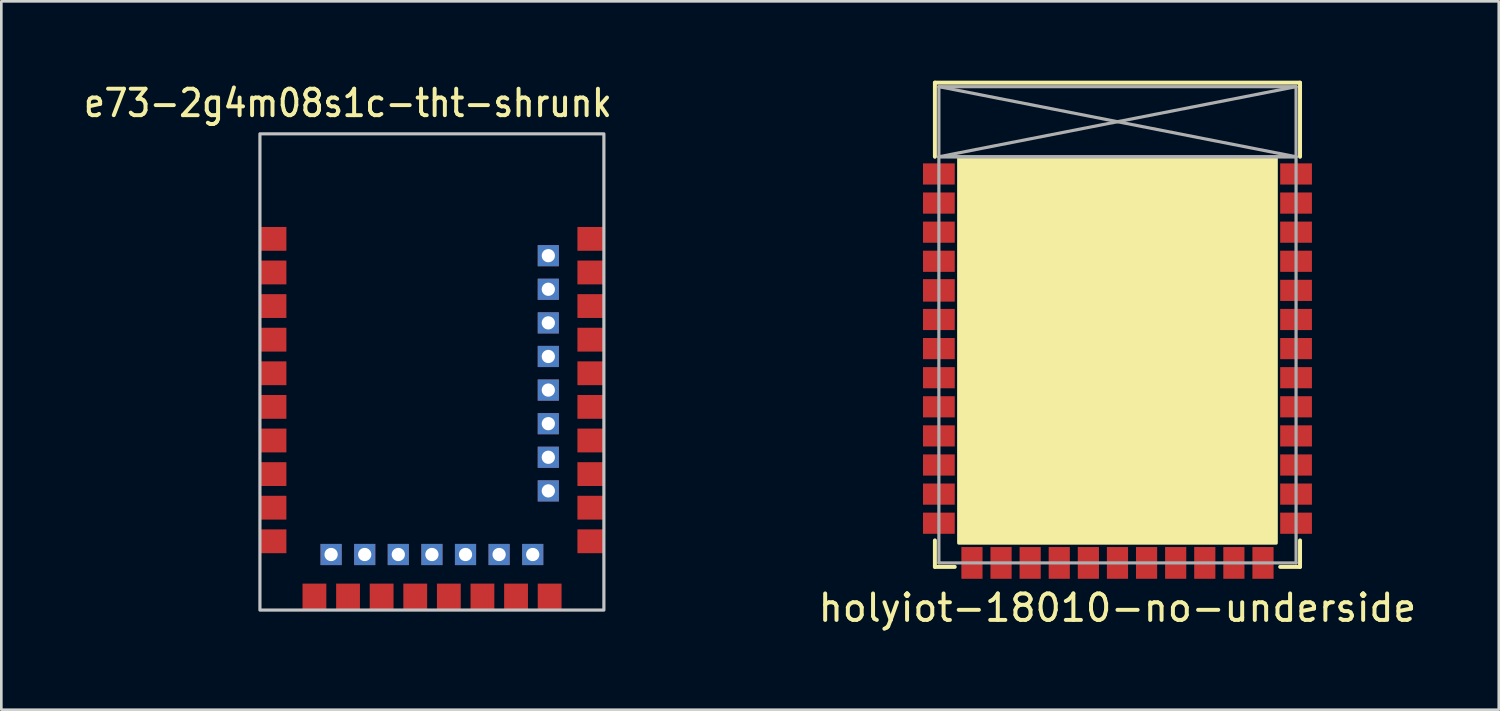
<source format=kicad_pcb>
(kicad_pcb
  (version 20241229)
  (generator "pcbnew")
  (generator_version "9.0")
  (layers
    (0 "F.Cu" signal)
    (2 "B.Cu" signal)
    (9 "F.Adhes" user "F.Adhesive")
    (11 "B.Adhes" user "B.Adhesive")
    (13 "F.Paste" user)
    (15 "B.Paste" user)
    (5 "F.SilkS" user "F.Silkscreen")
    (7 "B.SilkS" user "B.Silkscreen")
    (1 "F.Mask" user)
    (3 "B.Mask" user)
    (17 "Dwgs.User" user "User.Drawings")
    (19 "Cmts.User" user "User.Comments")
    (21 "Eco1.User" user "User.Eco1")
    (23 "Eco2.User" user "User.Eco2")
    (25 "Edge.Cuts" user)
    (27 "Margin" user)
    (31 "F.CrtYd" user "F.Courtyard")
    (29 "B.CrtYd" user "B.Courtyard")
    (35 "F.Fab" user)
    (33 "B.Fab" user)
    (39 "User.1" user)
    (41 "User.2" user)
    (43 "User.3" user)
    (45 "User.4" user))
  (footprint "holyiot-18010-no-underside"
    (layer "F.Cu")
    (at 39.185 9.225)
    (property "Reference" "holyiot-18010-no-underside" (at 0 10.7 0) (layer "F.SilkS") (effects (font (size 1 1) (thickness 0.15))))
    (attr smd exclude_from_pos_files)
    (fp_line (start -6.9 -9.15) (end 6.9 -9.15) (stroke (width 0.15) (type solid)) (layer "F.SilkS"))
    (fp_line (start -6.9 -6.35) (end -6.9 -9.15) (stroke (width 0.15) (type solid)) (layer "F.SilkS"))
    (fp_line (start -6.9 8.15) (end -6.9 9.15) (stroke (width 0.15) (type solid)) (layer "F.SilkS"))
    (fp_line (start -6.9 9.15) (end -6.15 9.15) (stroke (width 0.15) (type solid)) (layer "F.SilkS"))
    (fp_line (start 6.15 9.15) (end 6.9 9.15) (stroke (width 0.15) (type solid)) (layer "F.SilkS"))
    (fp_line (start 6.9 -9.15) (end 6.9 -6.35) (stroke (width 0.15) (type solid)) (layer "F.SilkS"))
    (fp_line (start 6.9 8.15) (end 6.9 9.15) (stroke (width 0.15) (type solid)) (layer "F.SilkS"))
    (fp_rect (start -6 -6.3) (end 6 8.25) (stroke (width 0.12) (type solid)) (fill yes) (layer "F.SilkS"))
    (fp_line (start -6.75 -9) (end -6.75 9) (stroke (width 0.12) (type solid)) (layer "F.Fab"))
    (fp_line (start -6.75 -9) (end 6.75 -9) (stroke (width 0.12) (type solid)) (layer "F.Fab"))
    (fp_line (start -6.75 -6.35) (end 6.75 -9) (stroke (width 0.12) (type solid)) (layer "F.Fab"))
    (fp_line (start -6.75 -6.35) (end 6.75 -6.35) (stroke (width 0.12) (type solid)) (layer "F.Fab"))
    (fp_line (start -6.75 -6.35) (end 6.75 -6.35) (stroke (width 0.12) (type solid)) (layer "F.Fab"))
    (fp_line (start -6.75 9) (end 6.75 9) (stroke (width 0.12) (type solid)) (layer "F.Fab"))
    (fp_line (start 6.75 -9) (end 6.75 9) (stroke (width 0.12) (type solid)) (layer "F.Fab"))
    (fp_line (start 6.75 -6.35) (end -6.75 -9) (stroke (width 0.12) (type solid)) (layer "F.Fab"))
    (pad "1" smd rect (at -6.75 -5.7) (size 1.2 0.8) (layers "F.Cu" "F.Mask" "F.Paste"))
    (pad "2" smd rect (at -6.75 -4.6) (size 1.2 0.8) (layers "F.Cu" "F.Mask" "F.Paste"))
    (pad "3" smd rect (at -6.75 -3.5) (size 1.2 0.8) (layers "F.Cu" "F.Mask" "F.Paste"))
    (pad "4" smd rect (at -6.75 -2.4) (size 1.2 0.8) (layers "F.Cu" "F.Mask" "F.Paste"))
    (pad "5" smd rect (at -6.75 -1.3) (size 1.2 0.85) (layers "F.Cu" "F.Mask" "F.Paste"))
    (pad "6" smd rect (at -6.75 -0.2) (size 1.2 0.8) (layers "F.Cu" "F.Mask" "F.Paste"))
    (pad "7" smd rect (at -6.75 0.9) (size 1.2 0.8) (layers "F.Cu" "F.Mask" "F.Paste"))
    (pad "8" smd rect (at -6.75 2) (size 1.2 0.8) (layers "F.Cu" "F.Mask" "F.Paste"))
    (pad "9" smd rect (at -6.75 3.1) (size 1.2 0.8) (layers "F.Cu" "F.Mask" "F.Paste"))
    (pad "10" smd rect (at -6.75 4.2) (size 1.2 0.8) (layers "F.Cu" "F.Mask" "F.Paste"))
    (pad "11" smd rect (at -6.75 5.3) (size 1.2 0.8) (layers "F.Cu" "F.Mask" "F.Paste"))
    (pad "12" smd rect (at -6.75 6.4) (size 1.2 0.8) (layers "F.Cu" "F.Mask" "F.Paste"))
    (pad "13" smd rect (at -6.75 7.5) (size 1.2 0.8) (layers "F.Cu" "F.Mask" "F.Paste"))
    (pad "32" smd rect (at 6.75 -5.7) (size 1.2 0.8) (layers "F.Cu" "F.Mask" "F.Paste"))
    (pad "33" smd rect (at 6.75 -4.6) (size 1.2 0.8) (layers "F.Cu" "F.Mask" "F.Paste"))
    (pad "34" smd rect (at 6.75 -3.5) (size 1.2 0.8) (layers "F.Cu" "F.Mask" "F.Paste"))
    (pad "35" smd rect (at 6.75 -2.4) (size 1.2 0.8) (layers "F.Cu" "F.Mask" "F.Paste"))
    (pad "36" smd rect (at 6.75 -1.3) (size 1.2 0.8) (layers "F.Cu" "F.Mask" "F.Paste"))
    (pad "37" smd rect (at 6.75 -0.2) (size 1.2 0.8) (layers "F.Cu" "F.Mask" "F.Paste"))
    (pad "38" smd rect (at 6.75 0.9) (size 1.2 0.8) (layers "F.Cu" "F.Mask" "F.Paste"))
    (pad "39" smd rect (at 6.75 2) (size 1.2 0.8) (layers "F.Cu" "F.Mask" "F.Paste"))
    (pad "40" smd rect (at 6.75 3.1) (size 1.2 0.8) (layers "F.Cu" "F.Mask" "F.Paste"))
    (pad "41" smd rect (at 6.75 4.2) (size 1.2 0.8) (layers "F.Cu" "F.Mask" "F.Paste"))
    (pad "42" smd rect (at 6.75 5.3) (size 1.2 0.8) (layers "F.Cu" "F.Mask" "F.Paste"))
    (pad "43" smd rect (at 6.75 6.4) (size 1.2 0.8) (layers "F.Cu" "F.Mask" "F.Paste"))
    (pad "44" smd rect (at 6.75 7.5) (size 1.2 0.8) (layers "F.Cu" "F.Mask" "F.Paste"))
    (pad "45" smd rect (at 5.5 9 90) (size 1.2 0.8) (layers "F.Cu" "F.Mask" "F.Paste"))
    (pad "46" smd rect (at 4.4 9 90) (size 1.2 0.8) (layers "F.Cu" "F.Mask" "F.Paste"))
    (pad "47" smd rect (at 3.3 9 90) (size 1.2 0.8) (layers "F.Cu" "F.Mask" "F.Paste"))
    (pad "48" smd rect (at 2.2 9 90) (size 1.2 0.8) (layers "F.Cu" "F.Mask" "F.Paste"))
    (pad "49" smd rect (at 1.1 9 90) (size 1.2 0.8) (layers "F.Cu" "F.Mask" "F.Paste"))
    (pad "50" smd rect (at 0 9 90) (size 1.2 0.8) (layers "F.Cu" "F.Mask" "F.Paste"))
    (pad "51" smd rect (at -1.1 9 90) (size 1.2 0.8) (layers "F.Cu" "F.Mask" "F.Paste"))
    (pad "52" smd rect (at -2.2 9 90) (size 1.2 0.8) (layers "F.Cu" "F.Mask" "F.Paste"))
    (pad "53" smd rect (at -3.3 9 90) (size 1.2 0.8) (layers "F.Cu" "F.Mask" "F.Paste"))
    (pad "54" smd rect (at -4.4 9 90) (size 1.2 0.8) (layers "F.Cu" "F.Mask" "F.Paste"))
    (pad "55" smd rect (at -5.5 9 90) (size 1.2 0.8) (layers "F.Cu" "F.Mask" "F.Paste"))
    (zone (net_name "") (layer "F.Cu") (hatch edge 0.508) (connect_pads) (min_thickness 0.254) (filled_areas_thickness no) (keepout (tracks allowed) (vias not_allowed) (pads not_allowed) (copperpour allowed) (footprints not_allowed)) (placement (enabled no)) (fill) (polygon (pts (xy 35.635 15.125) (xy 34.235 15.125) (xy 34.235 5.125) (xy 35.635 5.125))))
    (zone (net_name "") (layer "F.Cu") (hatch edge 0.508) (connect_pads) (min_thickness 0.254) (filled_areas_thickness no) (keepout (tracks allowed) (vias not_allowed) (pads not_allowed) (copperpour allowed) (footprints not_allowed)) (placement (enabled no)) (fill) (polygon (pts (xy 44.135 15.125) (xy 42.735 15.125) (xy 42.735 5.125) (xy 44.135 5.125)))))
  (footprint "e73-2g4m08s1c-tht-shrunk"
    (layer "F.Cu")
    (at 13.274 11.008)
    (property "Reference" "e73-2g4m08s1c-tht-shrunk" (at -3.175 -10.16 0) (layer "F.SilkS") (effects (font (size 1 0.9) (thickness 0.15))))
    (attr smd)
    (fp_rect (start -6.5 -9) (end 6.5 9) (stroke (width 0.12) (type default)) (fill no) (layer "Dwgs.User"))
    (pad "1" smd rect (at -6 -5.03) (size 1 0.9) (layers "F.Cu" "F.Mask" "F.Paste"))
    (pad "2" smd rect (at -6 -3.76) (size 1 0.9) (layers "F.Cu" "F.Mask" "F.Paste"))
    (pad "3" smd rect (at -6 -2.49) (size 1 0.9) (layers "F.Cu" "F.Mask" "F.Paste"))
    (pad "4" smd rect (at -6 -1.22) (size 1 0.9) (layers "F.Cu" "F.Mask" "F.Paste"))
    (pad "5" smd rect (at -6 0.05) (size 1 0.9) (layers "F.Cu" "F.Mask" "F.Paste"))
    (pad "6" smd rect (at -6 1.32) (size 1 0.9) (layers "F.Cu" "F.Mask" "F.Paste"))
    (pad "7" smd rect (at -6 2.59) (size 1 0.9) (layers "F.Cu" "F.Mask" "F.Paste"))
    (pad "8" smd rect (at -6 3.86) (size 1 0.9) (layers "F.Cu" "F.Mask" "F.Paste"))
    (pad "9" smd rect (at -6 5.13) (size 1 0.9) (layers "F.Cu" "F.Mask" "F.Paste"))
    (pad "10" smd rect (at -6 6.4) (size 1 0.9) (layers "F.Cu" "F.Mask" "F.Paste"))
    (pad "11" smd rect (at -4.44 8.5 90) (size 1 0.9) (layers "F.Cu" "F.Mask" "F.Paste"))
    (pad "12" thru_hole rect (at -3.81 6.9) (size 0.8 0.8) (drill 0.5) (layers "*.Cu" "*.Mask"))
    (pad "13" smd rect (at -3.17 8.5 90) (size 1 0.9) (layers "F.Cu" "F.Mask" "F.Paste"))
    (pad "14" thru_hole rect (at -2.54 6.9) (size 0.8 0.8) (drill 0.5) (layers "*.Cu" "*.Mask"))
    (pad "15" smd rect (at -1.9 8.5 90) (size 1 0.9) (layers "F.Cu" "F.Mask" "F.Paste"))
    (pad "16" thru_hole rect (at -1.27 6.9) (size 0.8 0.8) (drill 0.5) (layers "*.Cu" "*.Mask"))
    (pad "17" smd rect (at -0.63 8.5 90) (size 1 0.9) (layers "F.Cu" "F.Mask" "F.Paste"))
    (pad "18" thru_hole rect (at 0 6.9) (size 0.8 0.8) (drill 0.5) (layers "*.Cu" "*.Mask"))
    (pad "19" smd rect (at 0.64 8.5 90) (size 1 0.9) (layers "F.Cu" "F.Mask" "F.Paste"))
    (pad "20" thru_hole rect (at 1.27 6.9) (size 0.8 0.8) (drill 0.5) (layers "*.Cu" "*.Mask"))
    (pad "21" smd rect (at 1.91 8.5 90) (size 1 0.9) (layers "F.Cu" "F.Mask" "F.Paste"))
    (pad "22" thru_hole rect (at 2.54 6.9) (size 0.8 0.8) (drill 0.5) (layers "*.Cu" "*.Mask"))
    (pad "23" smd rect (at 3.18 8.5 90) (size 1 0.9) (layers "F.Cu" "F.Mask" "F.Paste"))
    (pad "24" thru_hole rect (at 3.81 6.9) (size 0.8 0.8) (drill 0.5) (layers "*.Cu" "*.Mask"))
    (pad "25" smd rect (at 4.45 8.5 90) (size 1 0.9) (layers "F.Cu" "F.Mask" "F.Paste"))
    (pad "26" smd rect (at 6 6.4) (size 1 0.9) (layers "F.Cu" "F.Mask" "F.Paste"))
    (pad "27" smd rect (at 6 5.13) (size 1 0.9) (layers "F.Cu" "F.Mask" "F.Paste"))
    (pad "28" thru_hole rect (at 4.4 4.495) (size 0.8 0.8) (drill 0.5) (layers "*.Cu" "*.Mask"))
    (pad "29" smd rect (at 6 3.86) (size 1 0.9) (layers "F.Cu" "F.Mask" "F.Paste"))
    (pad "30" thru_hole rect (at 4.4 3.225) (size 0.8 0.8) (drill 0.5) (layers "*.Cu" "*.Mask"))
    (pad "31" smd rect (at 6 2.59) (size 1 0.9) (layers "F.Cu" "F.Mask" "F.Paste"))
    (pad "32" thru_hole rect (at 4.4 1.955) (size 0.8 0.8) (drill 0.5) (layers "*.Cu" "*.Mask"))
    (pad "33" smd rect (at 6 1.32) (size 1 0.9) (layers "F.Cu" "F.Mask" "F.Paste"))
    (pad "34" thru_hole rect (at 4.4 0.685) (size 0.8 0.8) (drill 0.5) (layers "*.Cu" "*.Mask"))
    (pad "35" smd rect (at 6 0.05) (size 1 0.9) (layers "F.Cu" "F.Mask" "F.Paste"))
    (pad "36" thru_hole rect (at 4.4 -0.585) (size 0.8 0.8) (drill 0.5) (layers "*.Cu" "*.Mask"))
    (pad "37" smd rect (at 6 -1.22) (size 1 0.9) (layers "F.Cu" "F.Mask" "F.Paste"))
    (pad "38" thru_hole rect (at 4.4 -1.855) (size 0.8 0.8) (drill 0.5) (layers "*.Cu" "*.Mask"))
    (pad "39" smd rect (at 6 -2.49) (size 1 0.9) (layers "F.Cu" "F.Mask" "F.Paste"))
    (pad "40" thru_hole rect (at 4.4 -3.125) (size 0.8 0.8) (drill 0.5) (layers "*.Cu" "*.Mask"))
    (pad "41" smd rect (at 6 -3.76) (size 1 0.9) (layers "F.Cu" "F.Mask" "F.Paste"))
    (pad "42" thru_hole rect (at 4.4 -4.395) (size 0.8 0.8) (drill 0.5) (layers "*.Cu" "*.Mask"))
    (pad "43" smd rect (at 6 -5.03) (size 1 0.9) (layers "F.Cu" "F.Mask" "F.Paste"))
    (zone (net_name "") (layers "F.Cu" "B.Cu") (hatch full 0.508) (connect_pads) (min_thickness 0.01) (filled_areas_thickness no) (keepout (tracks not_allowed) (vias not_allowed) (pads not_allowed) (copperpour not_allowed) (footprints allowed)) (placement (enabled no)) (fill) (polygon (pts (xy 1.774 2.008) (xy 24.774 2.008) (xy 24.774 5.008) (xy 1.774 5.008)))))
  (gr_rect
    (start -3 -3)
    (end 53.596 23.773)
    (stroke (width 0.1) (type default))
    (fill no)
    (layer "Edge.Cuts")))
</source>
